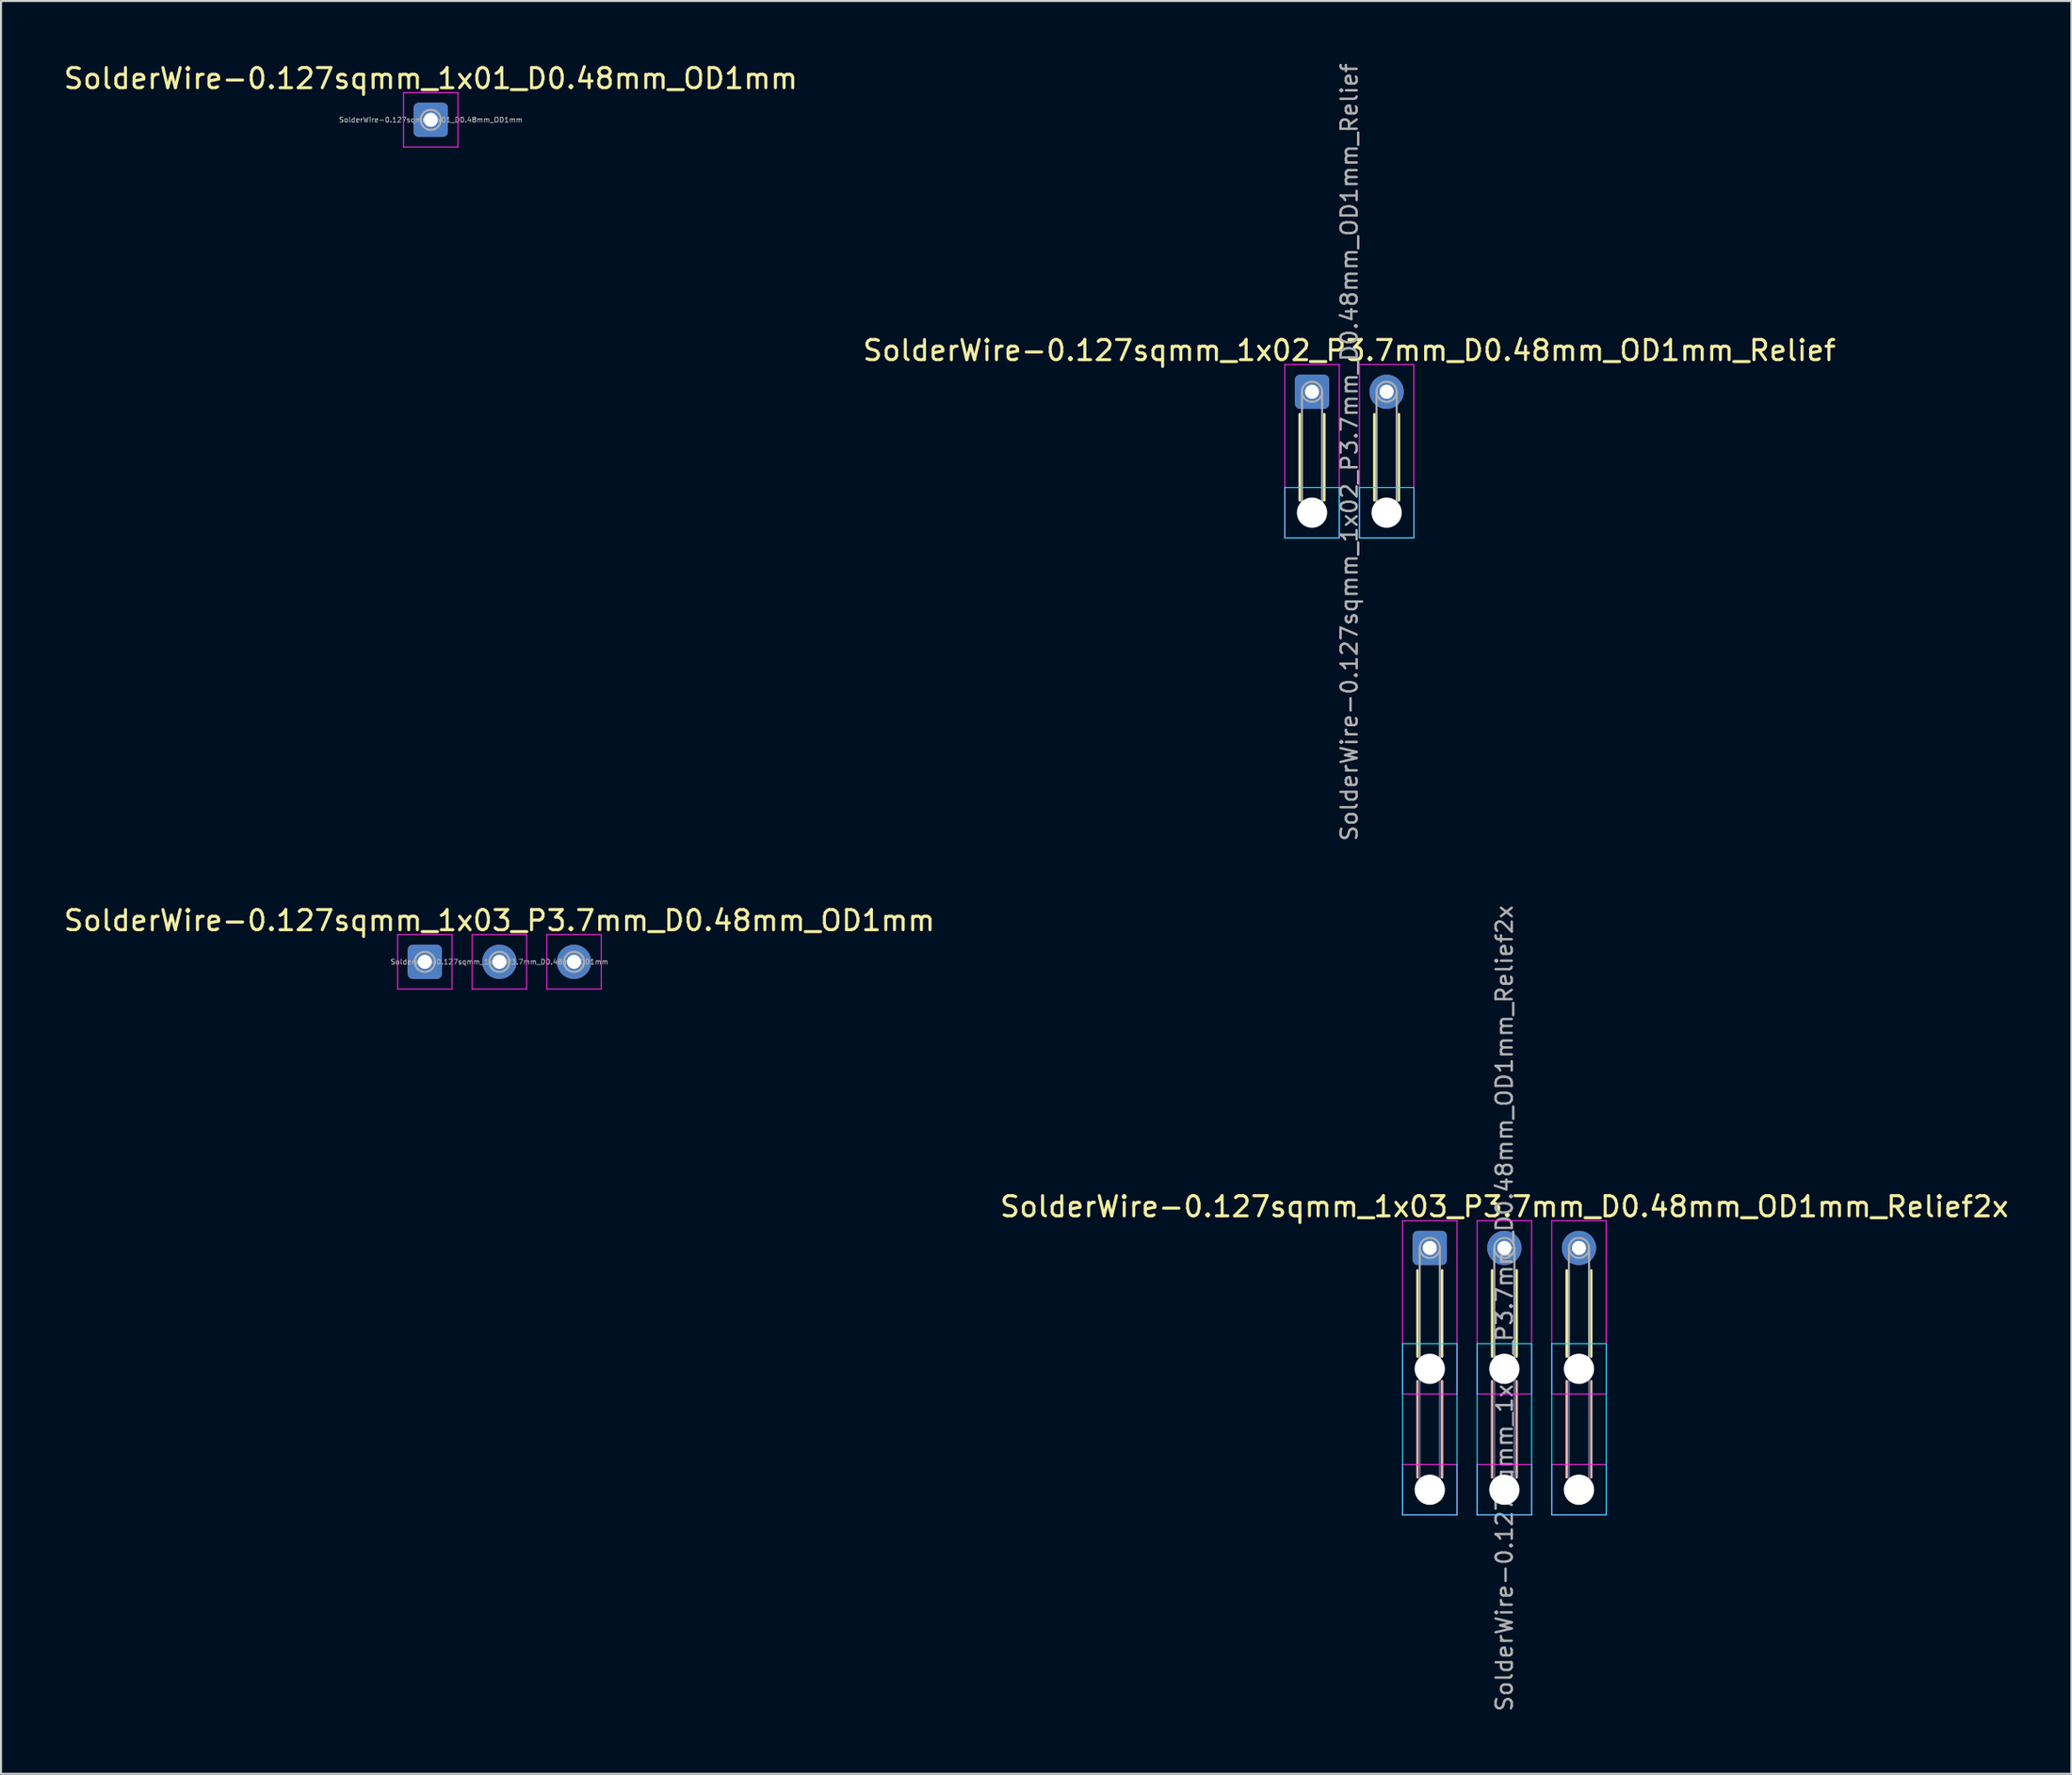
<source format=kicad_pcb>
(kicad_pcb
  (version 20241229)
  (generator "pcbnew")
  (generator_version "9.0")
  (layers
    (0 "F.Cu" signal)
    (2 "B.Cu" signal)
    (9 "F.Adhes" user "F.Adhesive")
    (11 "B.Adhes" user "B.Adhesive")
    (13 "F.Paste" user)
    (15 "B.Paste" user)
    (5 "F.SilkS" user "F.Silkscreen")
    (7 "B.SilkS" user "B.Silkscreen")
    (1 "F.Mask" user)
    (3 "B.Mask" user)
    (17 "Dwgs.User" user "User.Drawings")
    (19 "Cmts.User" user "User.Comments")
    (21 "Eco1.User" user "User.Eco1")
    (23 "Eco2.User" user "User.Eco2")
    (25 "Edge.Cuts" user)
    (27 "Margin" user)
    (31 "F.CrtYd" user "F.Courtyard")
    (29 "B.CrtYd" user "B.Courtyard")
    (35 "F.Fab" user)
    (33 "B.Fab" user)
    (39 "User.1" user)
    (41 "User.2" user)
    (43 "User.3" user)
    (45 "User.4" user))
  (footprint "SolderWire-0.127sqmm_1x03_P3.7mm_D0.48mm_OD1mm"
    (layer "F.Cu")
    (at 18.02 44.689)
    (property "Reference" "SolderWire-0.127sqmm_1x03_P3.7mm_D0.48mm_OD1mm" (at 3.7 -2.05 0) (layer "F.SilkS") (effects (font (size 1 1) (thickness 0.15))))
    (attr exclude_from_pos_files exclude_from_bom)
    (fp_line (start -1.35 -1.35) (end -1.35 1.35) (stroke (width 0.05) (type solid)) (layer "F.CrtYd"))
    (fp_line (start -1.35 1.35) (end 1.35 1.35) (stroke (width 0.05) (type solid)) (layer "F.CrtYd"))
    (fp_line (start 1.35 -1.35) (end -1.35 -1.35) (stroke (width 0.05) (type solid)) (layer "F.CrtYd"))
    (fp_line (start 1.35 1.35) (end 1.35 -1.35) (stroke (width 0.05) (type solid)) (layer "F.CrtYd"))
    (fp_line (start 2.35 -1.35) (end 2.35 1.35) (stroke (width 0.05) (type solid)) (layer "F.CrtYd"))
    (fp_line (start 2.35 1.35) (end 5.05 1.35) (stroke (width 0.05) (type solid)) (layer "F.CrtYd"))
    (fp_line (start 5.05 -1.35) (end 2.35 -1.35) (stroke (width 0.05) (type solid)) (layer "F.CrtYd"))
    (fp_line (start 5.05 1.35) (end 5.05 -1.35) (stroke (width 0.05) (type solid)) (layer "F.CrtYd"))
    (fp_line (start 6.05 -1.35) (end 6.05 1.35) (stroke (width 0.05) (type solid)) (layer "F.CrtYd"))
    (fp_line (start 6.05 1.35) (end 8.75 1.35) (stroke (width 0.05) (type solid)) (layer "F.CrtYd"))
    (fp_line (start 8.75 -1.35) (end 6.05 -1.35) (stroke (width 0.05) (type solid)) (layer "F.CrtYd"))
    (fp_line (start 8.75 1.35) (end 8.75 -1.35) (stroke (width 0.05) (type solid)) (layer "F.CrtYd"))
    (fp_circle (center 0 0) (end 0.5 0) (stroke (width 0.1) (type solid)) (fill no) (layer "F.Fab"))
    (fp_circle (center 3.7 0) (end 4.2 0) (stroke (width 0.1) (type solid)) (fill no) (layer "F.Fab"))
    (fp_circle (center 7.4 0) (end 7.9 0) (stroke (width 0.1) (type solid)) (fill no) (layer "F.Fab"))
    (fp_text user "${REFERENCE}" (at 3.7 0 0) (layer "F.Fab") (effects (font (size 0.25 0.25) (thickness 0.04))))
    (pad "1" thru_hole roundrect (at 0 0) (size 1.7 1.7) (drill 0.7) (layers "*.Cu" "*.Mask") (roundrect_rratio 0.147))
    (pad "2" thru_hole circle (at 3.7 0) (size 1.7 1.7) (drill 0.7) (layers "*.Cu" "*.Mask"))
    (pad "3" thru_hole circle (at 7.4 0) (size 1.7 1.7) (drill 0.7) (layers "*.Cu" "*.Mask")))
  (footprint "SolderWire-0.127sqmm_1x02_P3.7mm_D0.48mm_OD1mm_Relief"
    (layer "F.Cu")
    (at 62.025 16.395)
    (property "Reference" "SolderWire-0.127sqmm_1x02_P3.7mm_D0.48mm_OD1mm_Relief" (at 1.85 -2.05 0) (layer "F.SilkS") (effects (font (size 1 1) (thickness 0.15))))
    (attr exclude_from_pos_files exclude_from_bom)
    (fp_line (start -0.61 1.11) (end -0.61 5.39) (stroke (width 0.12) (type solid)) (layer "F.SilkS"))
    (fp_line (start 0.61 1.11) (end 0.61 5.39) (stroke (width 0.12) (type solid)) (layer "F.SilkS"))
    (fp_line (start 3.09 1.11) (end 3.09 5.39) (stroke (width 0.12) (type solid)) (layer "F.SilkS"))
    (fp_line (start 4.31 1.11) (end 4.31 5.39) (stroke (width 0.12) (type solid)) (layer "F.SilkS"))
    (fp_line (start -1.35 4.75) (end -1.35 7.25) (stroke (width 0.05) (type solid)) (layer "B.CrtYd"))
    (fp_line (start -1.35 7.25) (end 1.35 7.25) (stroke (width 0.05) (type solid)) (layer "B.CrtYd"))
    (fp_line (start 1.35 4.75) (end -1.35 4.75) (stroke (width 0.05) (type solid)) (layer "B.CrtYd"))
    (fp_line (start 1.35 7.25) (end 1.35 4.75) (stroke (width 0.05) (type solid)) (layer "B.CrtYd"))
    (fp_line (start 2.35 4.75) (end 2.35 7.25) (stroke (width 0.05) (type solid)) (layer "B.CrtYd"))
    (fp_line (start 2.35 7.25) (end 5.05 7.25) (stroke (width 0.05) (type solid)) (layer "B.CrtYd"))
    (fp_line (start 5.05 4.75) (end 2.35 4.75) (stroke (width 0.05) (type solid)) (layer "B.CrtYd"))
    (fp_line (start 5.05 7.25) (end 5.05 4.75) (stroke (width 0.05) (type solid)) (layer "B.CrtYd"))
    (fp_line (start -1.35 -1.35) (end -1.35 7.25) (stroke (width 0.05) (type solid)) (layer "F.CrtYd"))
    (fp_line (start -1.35 7.25) (end 1.35 7.25) (stroke (width 0.05) (type solid)) (layer "F.CrtYd"))
    (fp_line (start 1.35 -1.35) (end -1.35 -1.35) (stroke (width 0.05) (type solid)) (layer "F.CrtYd"))
    (fp_line (start 1.35 7.25) (end 1.35 -1.35) (stroke (width 0.05) (type solid)) (layer "F.CrtYd"))
    (fp_line (start 2.35 -1.35) (end 2.35 7.25) (stroke (width 0.05) (type solid)) (layer "F.CrtYd"))
    (fp_line (start 2.35 7.25) (end 5.05 7.25) (stroke (width 0.05) (type solid)) (layer "F.CrtYd"))
    (fp_line (start 5.05 -1.35) (end 2.35 -1.35) (stroke (width 0.05) (type solid)) (layer "F.CrtYd"))
    (fp_line (start 5.05 7.25) (end 5.05 -1.35) (stroke (width 0.05) (type solid)) (layer "F.CrtYd"))
    (fp_line (start -0.5 0) (end -0.5 6) (stroke (width 0.1) (type solid)) (layer "F.Fab"))
    (fp_line (start 0.5 0) (end 0.5 6) (stroke (width 0.1) (type solid)) (layer "F.Fab"))
    (fp_line (start 3.2 0) (end 3.2 6) (stroke (width 0.1) (type solid)) (layer "F.Fab"))
    (fp_line (start 4.2 0) (end 4.2 6) (stroke (width 0.1) (type solid)) (layer "F.Fab"))
    (fp_circle (center 0 0) (end 0.5 0) (stroke (width 0.1) (type solid)) (fill no) (layer "F.Fab"))
    (fp_circle (center 0 6) (end 0.5 6) (stroke (width 0.1) (type solid)) (fill no) (layer "F.Fab"))
    (fp_circle (center 3.7 0) (end 4.2 0) (stroke (width 0.1) (type solid)) (fill no) (layer "F.Fab"))
    (fp_circle (center 3.7 6) (end 4.2 6) (stroke (width 0.1) (type solid)) (fill no) (layer "F.Fab"))
    (fp_text user "${REFERENCE}" (at 1.85 3 90) (layer "F.Fab") (effects (font (size 0.8 0.8) (thickness 0.12))))
    (pad "" np_thru_hole circle (at 0 6) (size 1.5 1.5) (drill 1.5) (layers "*.Cu" "*.Mask"))
    (pad "" np_thru_hole circle (at 3.7 6) (size 1.5 1.5) (drill 1.5) (layers "*.Cu" "*.Mask"))
    (pad "1" thru_hole roundrect (at 0 0) (size 1.7 1.7) (drill 0.7) (layers "*.Cu" "*.Mask") (roundrect_rratio 0.147))
    (pad "2" thru_hole circle (at 3.7 0) (size 1.7 1.7) (drill 0.7) (layers "*.Cu" "*.Mask")))
  (footprint "SolderWire-0.127sqmm_1x01_D0.48mm_OD1mm"
    (layer "F.Cu")
    (at 18.315 2.898)
    (property "Reference" "SolderWire-0.127sqmm_1x01_D0.48mm_OD1mm" (at 0 -2.05 0) (layer "F.SilkS") (effects (font (size 1 1) (thickness 0.15))))
    (attr exclude_from_pos_files exclude_from_bom)
    (fp_line (start -1.35 -1.35) (end -1.35 1.35) (stroke (width 0.05) (type solid)) (layer "F.CrtYd"))
    (fp_line (start -1.35 1.35) (end 1.35 1.35) (stroke (width 0.05) (type solid)) (layer "F.CrtYd"))
    (fp_line (start 1.35 -1.35) (end -1.35 -1.35) (stroke (width 0.05) (type solid)) (layer "F.CrtYd"))
    (fp_line (start 1.35 1.35) (end 1.35 -1.35) (stroke (width 0.05) (type solid)) (layer "F.CrtYd"))
    (fp_circle (center 0 0) (end 0.5 0) (stroke (width 0.1) (type solid)) (fill no) (layer "F.Fab"))
    (fp_text user "${REFERENCE}" (at 0 0 0) (layer "F.Fab") (effects (font (size 0.25 0.25) (thickness 0.04))))
    (pad "1" thru_hole roundrect (at 0 0) (size 1.7 1.7) (drill 0.7) (layers "*.Cu" "*.Mask") (roundrect_rratio 0.147)))
  (footprint "SolderWire-0.127sqmm_1x03_P3.7mm_D0.48mm_OD1mm_Relief2x"
    (layer "F.Cu")
    (at 67.865 58.89)
    (property "Reference" "SolderWire-0.127sqmm_1x03_P3.7mm_D0.48mm_OD1mm_Relief2x" (at 3.7 -2.05 0) (layer "F.SilkS") (effects (font (size 1 1) (thickness 0.15))))
    (attr exclude_from_pos_files exclude_from_bom)
    (fp_line (start -0.61 1.11) (end -0.61 5.39) (stroke (width 0.12) (type solid)) (layer "F.SilkS"))
    (fp_line (start 0.61 1.11) (end 0.61 5.39) (stroke (width 0.12) (type solid)) (layer "F.SilkS"))
    (fp_line (start 3.09 1.11) (end 3.09 5.39) (stroke (width 0.12) (type solid)) (layer "F.SilkS"))
    (fp_line (start 4.31 1.11) (end 4.31 5.39) (stroke (width 0.12) (type solid)) (layer "F.SilkS"))
    (fp_line (start 6.79 1.11) (end 6.79 5.39) (stroke (width 0.12) (type solid)) (layer "F.SilkS"))
    (fp_line (start 8.01 1.11) (end 8.01 5.39) (stroke (width 0.12) (type solid)) (layer "F.SilkS"))
    (fp_line (start -0.61 6.61) (end -0.61 11.39) (stroke (width 0.12) (type solid)) (layer "B.SilkS"))
    (fp_line (start 0.61 6.61) (end 0.61 11.39) (stroke (width 0.12) (type solid)) (layer "B.SilkS"))
    (fp_line (start 3.09 6.61) (end 3.09 11.39) (stroke (width 0.12) (type solid)) (layer "B.SilkS"))
    (fp_line (start 4.31 6.61) (end 4.31 11.39) (stroke (width 0.12) (type solid)) (layer "B.SilkS"))
    (fp_line (start 6.79 6.61) (end 6.79 11.39) (stroke (width 0.12) (type solid)) (layer "B.SilkS"))
    (fp_line (start 8.01 6.61) (end 8.01 11.39) (stroke (width 0.12) (type solid)) (layer "B.SilkS"))
    (fp_line (start -1.35 4.75) (end -1.35 13.25) (stroke (width 0.05) (type solid)) (layer "B.CrtYd"))
    (fp_line (start -1.35 13.25) (end 1.35 13.25) (stroke (width 0.05) (type solid)) (layer "B.CrtYd"))
    (fp_line (start 1.35 4.75) (end -1.35 4.75) (stroke (width 0.05) (type solid)) (layer "B.CrtYd"))
    (fp_line (start 1.35 13.25) (end 1.35 4.75) (stroke (width 0.05) (type solid)) (layer "B.CrtYd"))
    (fp_line (start 2.35 4.75) (end 2.35 13.25) (stroke (width 0.05) (type solid)) (layer "B.CrtYd"))
    (fp_line (start 2.35 13.25) (end 5.05 13.25) (stroke (width 0.05) (type solid)) (layer "B.CrtYd"))
    (fp_line (start 5.05 4.75) (end 2.35 4.75) (stroke (width 0.05) (type solid)) (layer "B.CrtYd"))
    (fp_line (start 5.05 13.25) (end 5.05 4.75) (stroke (width 0.05) (type solid)) (layer "B.CrtYd"))
    (fp_line (start 6.05 4.75) (end 6.05 13.25) (stroke (width 0.05) (type solid)) (layer "B.CrtYd"))
    (fp_line (start 6.05 13.25) (end 8.75 13.25) (stroke (width 0.05) (type solid)) (layer "B.CrtYd"))
    (fp_line (start 8.75 4.75) (end 6.05 4.75) (stroke (width 0.05) (type solid)) (layer "B.CrtYd"))
    (fp_line (start 8.75 13.25) (end 8.75 4.75) (stroke (width 0.05) (type solid)) (layer "B.CrtYd"))
    (fp_line (start -1.35 -1.35) (end -1.35 7.25) (stroke (width 0.05) (type solid)) (layer "F.CrtYd"))
    (fp_line (start -1.35 7.25) (end 1.35 7.25) (stroke (width 0.05) (type solid)) (layer "F.CrtYd"))
    (fp_line (start -1.35 10.75) (end -1.35 13.25) (stroke (width 0.05) (type solid)) (layer "F.CrtYd"))
    (fp_line (start -1.35 13.25) (end 1.35 13.25) (stroke (width 0.05) (type solid)) (layer "F.CrtYd"))
    (fp_line (start 1.35 -1.35) (end -1.35 -1.35) (stroke (width 0.05) (type solid)) (layer "F.CrtYd"))
    (fp_line (start 1.35 7.25) (end 1.35 -1.35) (stroke (width 0.05) (type solid)) (layer "F.CrtYd"))
    (fp_line (start 1.35 10.75) (end -1.35 10.75) (stroke (width 0.05) (type solid)) (layer "F.CrtYd"))
    (fp_line (start 1.35 13.25) (end 1.35 10.75) (stroke (width 0.05) (type solid)) (layer "F.CrtYd"))
    (fp_line (start 2.35 -1.35) (end 2.35 7.25) (stroke (width 0.05) (type solid)) (layer "F.CrtYd"))
    (fp_line (start 2.35 7.25) (end 5.05 7.25) (stroke (width 0.05) (type solid)) (layer "F.CrtYd"))
    (fp_line (start 2.35 10.75) (end 2.35 13.25) (stroke (width 0.05) (type solid)) (layer "F.CrtYd"))
    (fp_line (start 2.35 13.25) (end 5.05 13.25) (stroke (width 0.05) (type solid)) (layer "F.CrtYd"))
    (fp_line (start 5.05 -1.35) (end 2.35 -1.35) (stroke (width 0.05) (type solid)) (layer "F.CrtYd"))
    (fp_line (start 5.05 7.25) (end 5.05 -1.35) (stroke (width 0.05) (type solid)) (layer "F.CrtYd"))
    (fp_line (start 5.05 10.75) (end 2.35 10.75) (stroke (width 0.05) (type solid)) (layer "F.CrtYd"))
    (fp_line (start 5.05 13.25) (end 5.05 10.75) (stroke (width 0.05) (type solid)) (layer "F.CrtYd"))
    (fp_line (start 6.05 -1.35) (end 6.05 7.25) (stroke (width 0.05) (type solid)) (layer "F.CrtYd"))
    (fp_line (start 6.05 7.25) (end 8.75 7.25) (stroke (width 0.05) (type solid)) (layer "F.CrtYd"))
    (fp_line (start 6.05 10.75) (end 6.05 13.25) (stroke (width 0.05) (type solid)) (layer "F.CrtYd"))
    (fp_line (start 6.05 13.25) (end 8.75 13.25) (stroke (width 0.05) (type solid)) (layer "F.CrtYd"))
    (fp_line (start 8.75 -1.35) (end 6.05 -1.35) (stroke (width 0.05) (type solid)) (layer "F.CrtYd"))
    (fp_line (start 8.75 7.25) (end 8.75 -1.35) (stroke (width 0.05) (type solid)) (layer "F.CrtYd"))
    (fp_line (start 8.75 10.75) (end 6.05 10.75) (stroke (width 0.05) (type solid)) (layer "F.CrtYd"))
    (fp_line (start 8.75 13.25) (end 8.75 10.75) (stroke (width 0.05) (type solid)) (layer "F.CrtYd"))
    (fp_line (start -0.5 6) (end -0.5 12) (stroke (width 0.1) (type solid)) (layer "B.Fab"))
    (fp_line (start 0.5 6) (end 0.5 12) (stroke (width 0.1) (type solid)) (layer "B.Fab"))
    (fp_line (start 3.2 6) (end 3.2 12) (stroke (width 0.1) (type solid)) (layer "B.Fab"))
    (fp_line (start 4.2 6) (end 4.2 12) (stroke (width 0.1) (type solid)) (layer "B.Fab"))
    (fp_line (start 6.9 6) (end 6.9 12) (stroke (width 0.1) (type solid)) (layer "B.Fab"))
    (fp_line (start 7.9 6) (end 7.9 12) (stroke (width 0.1) (type solid)) (layer "B.Fab"))
    (fp_circle (center 0 6) (end 0.5 6) (stroke (width 0.1) (type solid)) (fill no) (layer "B.Fab"))
    (fp_circle (center 0 12) (end 0.5 12) (stroke (width 0.1) (type solid)) (fill no) (layer "B.Fab"))
    (fp_circle (center 3.7 6) (end 4.2 6) (stroke (width 0.1) (type solid)) (fill no) (layer "B.Fab"))
    (fp_circle (center 3.7 12) (end 4.2 12) (stroke (width 0.1) (type solid)) (fill no) (layer "B.Fab"))
    (fp_circle (center 7.4 6) (end 7.9 6) (stroke (width 0.1) (type solid)) (fill no) (layer "B.Fab"))
    (fp_circle (center 7.4 12) (end 7.9 12) (stroke (width 0.1) (type solid)) (fill no) (layer "B.Fab"))
    (fp_line (start -0.5 0) (end -0.5 6) (stroke (width 0.1) (type solid)) (layer "F.Fab"))
    (fp_line (start 0.5 0) (end 0.5 6) (stroke (width 0.1) (type solid)) (layer "F.Fab"))
    (fp_line (start 3.2 0) (end 3.2 6) (stroke (width 0.1) (type solid)) (layer "F.Fab"))
    (fp_line (start 4.2 0) (end 4.2 6) (stroke (width 0.1) (type solid)) (layer "F.Fab"))
    (fp_line (start 6.9 0) (end 6.9 6) (stroke (width 0.1) (type solid)) (layer "F.Fab"))
    (fp_line (start 7.9 0) (end 7.9 6) (stroke (width 0.1) (type solid)) (layer "F.Fab"))
    (fp_circle (center 0 0) (end 0.5 0) (stroke (width 0.1) (type solid)) (fill no) (layer "F.Fab"))
    (fp_circle (center 0 6) (end 0.5 6) (stroke (width 0.1) (type solid)) (fill no) (layer "F.Fab"))
    (fp_circle (center 0 12) (end 0.5 12) (stroke (width 0.1) (type solid)) (fill no) (layer "F.Fab"))
    (fp_circle (center 3.7 0) (end 4.2 0) (stroke (width 0.1) (type solid)) (fill no) (layer "F.Fab"))
    (fp_circle (center 3.7 6) (end 4.2 6) (stroke (width 0.1) (type solid)) (fill no) (layer "F.Fab"))
    (fp_circle (center 3.7 12) (end 4.2 12) (stroke (width 0.1) (type solid)) (fill no) (layer "F.Fab"))
    (fp_circle (center 7.4 0) (end 7.9 0) (stroke (width 0.1) (type solid)) (fill no) (layer "F.Fab"))
    (fp_circle (center 7.4 6) (end 7.9 6) (stroke (width 0.1) (type solid)) (fill no) (layer "F.Fab"))
    (fp_circle (center 7.4 12) (end 7.9 12) (stroke (width 0.1) (type solid)) (fill no) (layer "F.Fab"))
    (fp_text user "${REFERENCE}" (at 3.7 3 90) (layer "F.Fab") (effects (font (size 0.8 0.8) (thickness 0.12))))
    (pad "" np_thru_hole circle (at 0 6) (size 1.5 1.5) (drill 1.5) (layers "*.Cu" "*.Mask"))
    (pad "" np_thru_hole circle (at 0 12) (size 1.5 1.5) (drill 1.5) (layers "*.Cu" "*.Mask"))
    (pad "" np_thru_hole circle (at 3.7 6) (size 1.5 1.5) (drill 1.5) (layers "*.Cu" "*.Mask"))
    (pad "" np_thru_hole circle (at 3.7 12) (size 1.5 1.5) (drill 1.5) (layers "*.Cu" "*.Mask"))
    (pad "" np_thru_hole circle (at 7.4 6) (size 1.5 1.5) (drill 1.5) (layers "*.Cu" "*.Mask"))
    (pad "" np_thru_hole circle (at 7.4 12) (size 1.5 1.5) (drill 1.5) (layers "*.Cu" "*.Mask"))
    (pad "1" thru_hole roundrect (at 0 0) (size 1.7 1.7) (drill 0.7) (layers "*.Cu" "*.Mask") (roundrect_rratio 0.147))
    (pad "2" thru_hole circle (at 3.7 0) (size 1.7 1.7) (drill 0.7) (layers "*.Cu" "*.Mask"))
    (pad "3" thru_hole circle (at 7.4 0) (size 1.7 1.7) (drill 0.7) (layers "*.Cu" "*.Mask")))
  (gr_rect
    (start -3 -3)
    (end 99.69 84.99)
    (stroke (width 0.1) (type default))
    (fill no)
    (layer "Edge.Cuts")))
</source>
